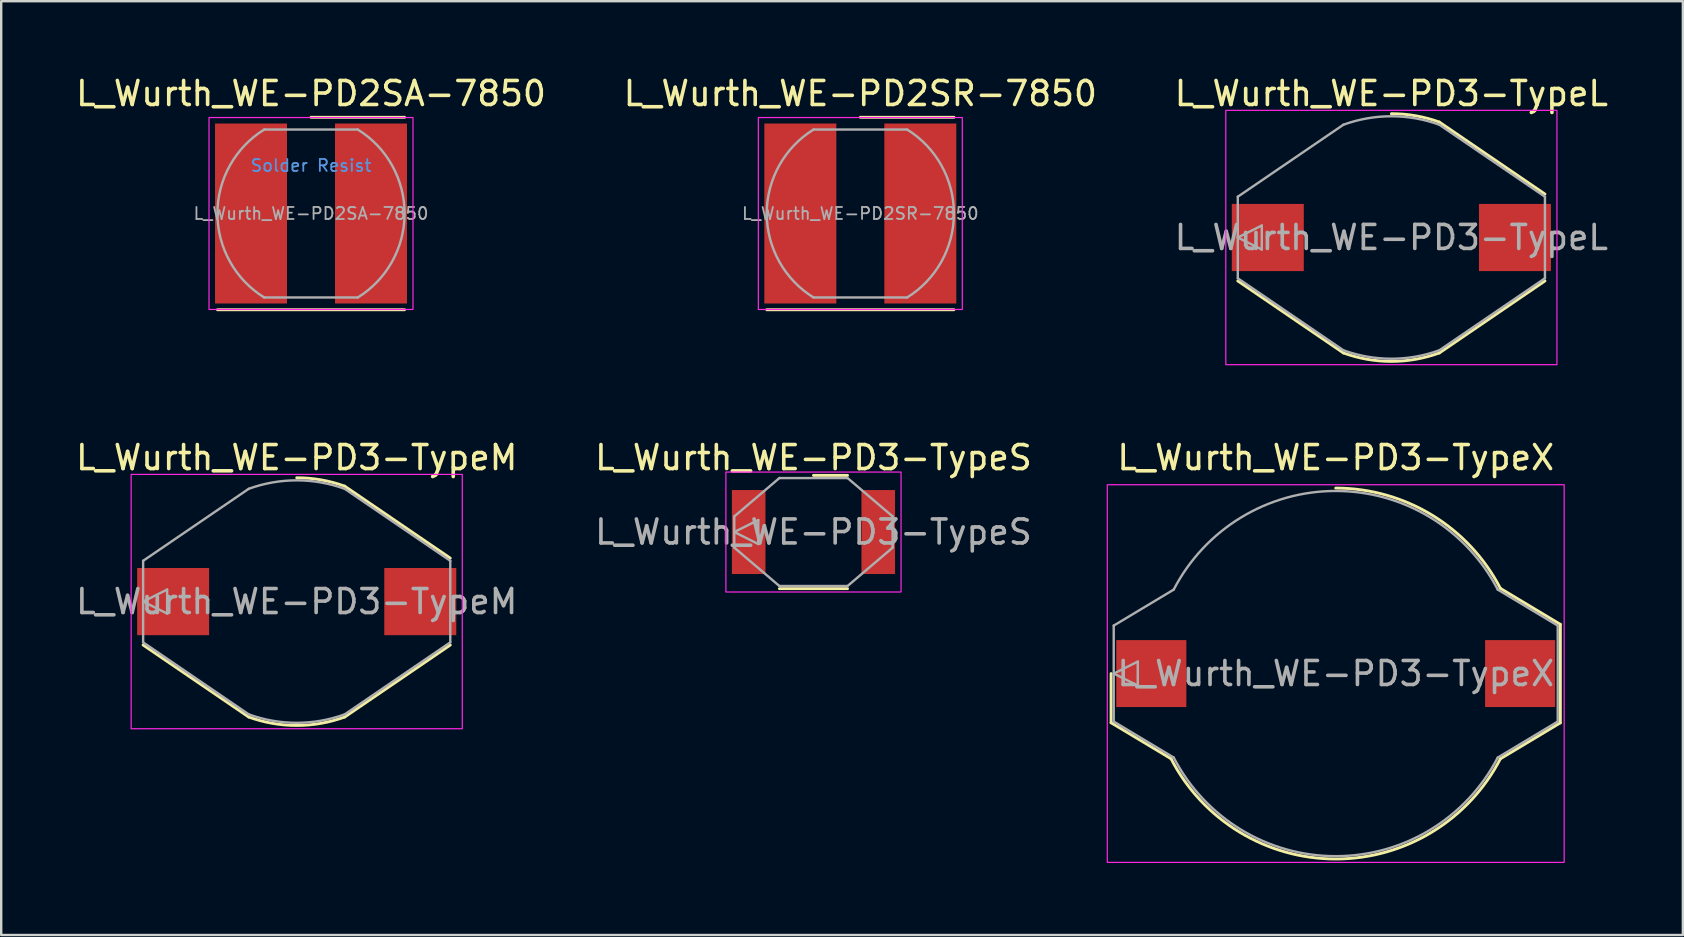
<source format=kicad_pcb>
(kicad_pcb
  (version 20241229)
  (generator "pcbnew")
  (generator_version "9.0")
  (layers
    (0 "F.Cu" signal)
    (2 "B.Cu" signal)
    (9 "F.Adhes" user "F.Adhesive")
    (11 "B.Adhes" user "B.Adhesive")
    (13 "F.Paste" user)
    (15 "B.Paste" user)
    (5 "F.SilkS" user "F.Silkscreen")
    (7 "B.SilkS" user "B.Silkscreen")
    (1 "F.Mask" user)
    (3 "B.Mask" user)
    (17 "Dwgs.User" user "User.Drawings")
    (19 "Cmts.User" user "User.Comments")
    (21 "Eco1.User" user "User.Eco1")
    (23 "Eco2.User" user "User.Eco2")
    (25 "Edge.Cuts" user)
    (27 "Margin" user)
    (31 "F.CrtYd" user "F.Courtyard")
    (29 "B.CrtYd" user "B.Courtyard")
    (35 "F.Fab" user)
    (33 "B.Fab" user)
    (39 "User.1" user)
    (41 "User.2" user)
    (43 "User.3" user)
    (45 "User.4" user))
  (footprint "L_Wurth_WE-PD2SR-7850"
    (layer "F.Cu")
    (at 32.804 5.848)
    (property "Reference" "L_Wurth_WE-PD2SR-7850" (at 0 -5 0) (unlocked yes) (layer "F.SilkS") (effects (font (size 1 1) (thickness 0.15))))
    (attr smd)
    (fp_line (start -3.9 4.01) (end 3.9 4.01) (stroke (width 0.12) (type solid)) (layer "F.SilkS"))
    (fp_line (start 0 -4.01) (end 3.9 -4.01) (stroke (width 0.12) (type solid)) (layer "F.SilkS"))
    (fp_rect (start -4.25 -4) (end 4.25 4) (stroke (width 0.05) (type solid)) (fill no) (layer "F.CrtYd"))
    (fp_line (start -1.95 -3.5) (end 1.95 -3.5) (stroke (width 0.1) (type solid)) (layer "F.Fab"))
    (fp_line (start -1.95 3.5) (end 1.95 3.5) (stroke (width 0.1) (type solid)) (layer "F.Fab"))
    (fp_arc (start -1.95 3.5) (mid -3.9 0) (end -1.95 -3.5) (stroke (width 0.1) (type solid)) (layer "F.Fab"))
    (fp_arc (start 1.95 -3.5) (mid 3.9 0) (end 1.95 3.5) (stroke (width 0.1) (type solid)) (layer "F.Fab"))
    (fp_text user "${REFERENCE}" (at 0 0 0) (unlocked yes) (layer "F.Fab") (effects (font (size 0.5 0.5) (thickness 0.075))))
    (pad "1" smd rect (at -2.5 0) (size 3 7.5) (layers "F.Cu" "F.Mask" "F.Paste"))
    (pad "2" smd rect (at 2.5 0) (size 3 7.5) (layers "F.Cu" "F.Mask" "F.Paste")))
  (footprint "L_Wurth_WE-PD3-TypeS"
    (layer "F.Cu")
    (at 30.851 19.122)
    (property "Reference" "L_Wurth_WE-PD3-TypeS" (at 0 -3.1 0) (unlocked yes) (layer "F.SilkS") (effects (font (size 1 1) (thickness 0.15))))
    (attr smd)
    (fp_line (start -1.42 2.36) (end 1.42 2.36) (stroke (width 0.12) (type solid)) (layer "F.SilkS"))
    (fp_line (start 0 -2.36) (end 1.42 -2.36) (stroke (width 0.12) (type solid)) (layer "F.SilkS"))
    (fp_rect (start -3.65 -2.5) (end 3.65 2.5) (stroke (width 0.05) (type solid)) (fill no) (layer "F.CrtYd"))
    (fp_line (start -3.3 -0.65) (end -3.3 0.65) (stroke (width 0.1) (type solid)) (layer "F.Fab"))
    (fp_line (start -3.3 -0.65) (end -1.42 -2.25) (stroke (width 0.1) (type solid)) (layer "F.Fab"))
    (fp_line (start -3.3 0) (end -2.3 -0.5) (stroke (width 0.1) (type solid)) (layer "F.Fab"))
    (fp_line (start -3.3 0.65) (end -1.42 2.25) (stroke (width 0.1) (type solid)) (layer "F.Fab"))
    (fp_line (start -2.3 0.5) (end -3.3 0) (stroke (width 0.1) (type solid)) (layer "F.Fab"))
    (fp_line (start -2.3 0.5) (end -2.3 -0.5) (stroke (width 0.1) (type solid)) (layer "F.Fab"))
    (fp_line (start -1.42 -2.25) (end 1.42 -2.25) (stroke (width 0.1) (type solid)) (layer "F.Fab"))
    (fp_line (start -1.42 2.25) (end 1.42 2.25) (stroke (width 0.1) (type solid)) (layer "F.Fab"))
    (fp_line (start 1.42 2.25) (end 3.3 0.65) (stroke (width 0.1) (type solid)) (layer "F.Fab"))
    (fp_line (start 3.3 -0.65) (end 1.42 -2.25) (stroke (width 0.1) (type solid)) (layer "F.Fab"))
    (fp_line (start 3.3 0.65) (end 3.3 -0.65) (stroke (width 0.1) (type solid)) (layer "F.Fab"))
    (fp_text user "${REFERENCE}" (at 0 0 0) (unlocked yes) (layer "F.Fab") (effects (font (size 1 1) (thickness 0.15))))
    (pad "1" smd rect (at -2.7 0) (size 1.4 3.5) (layers "F.Cu" "F.Mask" "F.Paste"))
    (pad "2" smd rect (at 2.7 0) (size 1.4 3.5) (layers "F.Cu" "F.Mask" "F.Paste")))
  (footprint "L_Wurth_WE-PD2SA-7850"
    (layer "F.Cu")
    (at 9.911 5.848)
    (property "Reference" "L_Wurth_WE-PD2SA-7850" (at 0 -5 0) (unlocked yes) (layer "F.SilkS") (effects (font (size 1 1) (thickness 0.15))))
    (attr smd)
    (fp_line (start -3.9 4.01) (end 3.9 4.01) (stroke (width 0.12) (type solid)) (layer "F.SilkS"))
    (fp_line (start 0 -4.01) (end 3.9 -4.01) (stroke (width 0.12) (type solid)) (layer "F.SilkS"))
    (fp_rect (start -4.25 -4) (end 4.25 4) (stroke (width 0.05) (type solid)) (fill no) (layer "F.CrtYd"))
    (fp_line (start -1.95 -3.5) (end 1.95 -3.5) (stroke (width 0.1) (type solid)) (layer "F.Fab"))
    (fp_line (start -1.95 3.5) (end 1.95 3.5) (stroke (width 0.1) (type solid)) (layer "F.Fab"))
    (fp_arc (start -1.95 3.5) (mid -3.9 0) (end -1.95 -3.5) (stroke (width 0.1) (type solid)) (layer "F.Fab"))
    (fp_arc (start 1.95 -3.5) (mid 3.9 0) (end 1.95 3.5) (stroke (width 0.1) (type solid)) (layer "F.Fab"))
    (fp_text user "Solder Resist" (at 0 -2 0) (unlocked yes) (layer "Cmts.User") (effects (font (size 0.5 0.5) (thickness 0.075))))
    (fp_text user "${REFERENCE}" (at 0 0 0) (unlocked yes) (layer "F.Fab") (effects (font (size 0.5 0.5) (thickness 0.075))))
    (pad "1" smd rect (at -2.5 0) (size 3 7.5) (layers "F.Cu" "F.Mask" "F.Paste"))
    (pad "2" smd rect (at 2.5 0) (size 3 7.5) (layers "F.Cu" "F.Mask" "F.Paste"))
    (zone (net_name "") (layers "F.Cu" "Dwgs.User") (name "Solder Resist") (hatch full 0.1) (connect_pads) (min_thickness 0.25) (filled_areas_thickness no) (keepout (tracks not_allowed) (vias not_allowed) (pads not_allowed) (copperpour not_allowed) (footprints not_allowed)) (placement (enabled no)) (fill) (polygon (pts (xy 8.911 9.848) (xy 10.911 9.848) (xy 10.911 1.848) (xy 8.911 1.848)))))
  (footprint "L_Wurth_WE-PD3-TypeM"
    (layer "F.Cu")
    (at 9.315 22.021)
    (property "Reference" "L_Wurth_WE-PD3-TypeM" (at 0 -6 0) (unlocked yes) (layer "F.SilkS") (effects (font (size 1 1) (thickness 0.15))))
    (attr smd)
    (fp_line (start -6.4 1.81) (end -2 4.81) (stroke (width 0.12) (type solid)) (layer "F.SilkS"))
    (fp_line (start 2 -4.81) (end 6.4 -1.81) (stroke (width 0.12) (type solid)) (layer "F.SilkS"))
    (fp_line (start 2 4.81) (end 6.4 1.81) (stroke (width 0.12) (type solid)) (layer "F.SilkS"))
    (fp_arc (start 0 -5.16) (mid 1.015311 -5.072489) (end 2 -4.81) (stroke (width 0.12) (type solid)) (layer "F.SilkS"))
    (fp_arc (start 2 4.81) (mid 0 5.162654) (end -2 4.81) (stroke (width 0.12) (type solid)) (layer "F.SilkS"))
    (fp_rect (start -6.9 -5.3) (end 6.9 5.3) (stroke (width 0.05) (type solid)) (fill no) (layer "F.CrtYd"))
    (fp_line (start -6.4 -1.7) (end -6.4 1.7) (stroke (width 0.1) (type solid)) (layer "F.Fab"))
    (fp_line (start -6.4 -1.7) (end -2 -4.7) (stroke (width 0.1) (type solid)) (layer "F.Fab"))
    (fp_line (start -6.4 0) (end -5.4 -0.5) (stroke (width 0.1) (type solid)) (layer "F.Fab"))
    (fp_line (start -5.4 -0.5) (end -5.4 0.5) (stroke (width 0.1) (type solid)) (layer "F.Fab"))
    (fp_line (start -5.4 0.5) (end -6.4 0) (stroke (width 0.1) (type solid)) (layer "F.Fab"))
    (fp_line (start -2 4.7) (end -6.4 1.7) (stroke (width 0.1) (type solid)) (layer "F.Fab"))
    (fp_line (start 2 4.7) (end 6.4 1.7) (stroke (width 0.1) (type solid)) (layer "F.Fab"))
    (fp_line (start 6.4 -1.7) (end 2 -4.7) (stroke (width 0.1) (type solid)) (layer "F.Fab"))
    (fp_line (start 6.4 1.7) (end 6.4 -1.7) (stroke (width 0.1) (type solid)) (layer "F.Fab"))
    (fp_arc (start -2 -4.7) (mid 0 -5.052654) (end 2 -4.7) (stroke (width 0.1) (type solid)) (layer "F.Fab"))
    (fp_arc (start 2 4.7) (mid 0 5.052654) (end -2 4.7) (stroke (width 0.1) (type solid)) (layer "F.Fab"))
    (fp_text user "${REFERENCE}" (at 0 0 0) (unlocked yes) (layer "F.Fab") (effects (font (size 1 1) (thickness 0.15))))
    (pad "1" smd rect (at -5.15 0) (size 3 2.8) (layers "F.Cu" "F.Mask" "F.Paste"))
    (pad "2" smd rect (at 5.15 0) (size 3 2.8) (layers "F.Cu" "F.Mask" "F.Paste")))
  (footprint "L_Wurth_WE-PD3-TypeX"
    (layer "F.Cu")
    (at 52.616 25.021)
    (property "Reference" "L_Wurth_WE-PD3-TypeX" (at 0 -9 0) (unlocked yes) (layer "F.SilkS") (effects (font (size 1 1) (thickness 0.15))))
    (attr smd)
    (fp_line (start -9.362 2.05) (end -9.362 0) (stroke (width 0.12) (type default)) (layer "F.SilkS"))
    (fp_line (start -6.862 3.55) (end -9.362 2.05) (stroke (width 0.12) (type solid)) (layer "F.SilkS"))
    (fp_line (start 6.862 -3.55) (end 9.362 -2.05) (stroke (width 0.12) (type solid)) (layer "F.SilkS"))
    (fp_line (start 6.862 3.55) (end 9.362 2.05) (stroke (width 0.12) (type solid)) (layer "F.SilkS"))
    (fp_line (start 9.362 -2.05) (end 9.362 2.05) (stroke (width 0.12) (type default)) (layer "F.SilkS"))
    (fp_arc (start 0 -7.73) (mid 4.017095 -6.602149) (end 6.862 -3.55) (stroke (width 0.12) (type solid)) (layer "F.SilkS"))
    (fp_arc (start 6.862 3.55) (mid 0 7.727208) (end -6.862 3.55) (stroke (width 0.12) (type solid)) (layer "F.SilkS"))
    (fp_rect (start -9.52 -7.87) (end 9.52 7.87) (stroke (width 0.05) (type solid)) (fill no) (layer "F.CrtYd"))
    (fp_line (start -9.252 -2) (end -9.252 2) (stroke (width 0.1) (type solid)) (layer "F.Fab"))
    (fp_line (start -9.252 -2) (end -6.752 -3.5) (stroke (width 0.1) (type solid)) (layer "F.Fab"))
    (fp_line (start -9.25 0) (end -8.25 -0.5) (stroke (width 0.1) (type solid)) (layer "F.Fab"))
    (fp_line (start -8.25 -0.5) (end -8.25 0.5) (stroke (width 0.1) (type solid)) (layer "F.Fab"))
    (fp_line (start -8.25 0.5) (end -9.25 0) (stroke (width 0.1) (type solid)) (layer "F.Fab"))
    (fp_line (start -6.752 3.5) (end -9.252 2) (stroke (width 0.1) (type solid)) (layer "F.Fab"))
    (fp_line (start 6.752 -3.5) (end 9.252 -2) (stroke (width 0.1) (type solid)) (layer "F.Fab"))
    (fp_line (start 9.252 2) (end 6.752 3.5) (stroke (width 0.1) (type solid)) (layer "F.Fab"))
    (fp_line (start 9.252 2) (end 9.252 -2) (stroke (width 0.1) (type solid)) (layer "F.Fab"))
    (fp_arc (start -6.752 -3.5) (mid 0 -7.610246) (end 6.752 -3.5) (stroke (width 0.1) (type solid)) (layer "F.Fab"))
    (fp_arc (start 6.752 3.5) (mid 0 7.610246) (end -6.752 3.5) (stroke (width 0.1) (type solid)) (layer "F.Fab"))
    (fp_text user "${REFERENCE}" (at 0 0 0) (unlocked yes) (layer "F.Fab") (effects (font (size 1 1) (thickness 0.15))))
    (pad "1" smd rect (at -7.685 0) (size 2.92 2.79) (layers "F.Cu" "F.Mask" "F.Paste"))
    (pad "2" smd rect (at 7.685 0) (size 2.92 2.79) (layers "F.Cu" "F.Mask" "F.Paste")))
  (footprint "L_Wurth_WE-PD3-TypeL"
    (layer "F.Cu")
    (at 54.935 6.848)
    (property "Reference" "L_Wurth_WE-PD3-TypeL" (at 0 -6 0) (unlocked yes) (layer "F.SilkS") (effects (font (size 1 1) (thickness 0.15))))
    (attr smd)
    (fp_line (start -6.4 1.81) (end -2 4.81) (stroke (width 0.12) (type solid)) (layer "F.SilkS"))
    (fp_line (start 2 -4.81) (end 6.4 -1.81) (stroke (width 0.12) (type solid)) (layer "F.SilkS"))
    (fp_line (start 2 4.81) (end 6.4 1.81) (stroke (width 0.12) (type solid)) (layer "F.SilkS"))
    (fp_arc (start 0 -5.16) (mid 1.015311 -5.072489) (end 2 -4.81) (stroke (width 0.12) (type solid)) (layer "F.SilkS"))
    (fp_arc (start 2 4.81) (mid 0 5.162654) (end -2 4.81) (stroke (width 0.12) (type solid)) (layer "F.SilkS"))
    (fp_rect (start -6.9 -5.3) (end 6.9 5.3) (stroke (width 0.05) (type solid)) (fill no) (layer "F.CrtYd"))
    (fp_line (start -6.4 -1.7) (end -6.4 1.7) (stroke (width 0.1) (type solid)) (layer "F.Fab"))
    (fp_line (start -6.4 -1.7) (end -2 -4.7) (stroke (width 0.1) (type solid)) (layer "F.Fab"))
    (fp_line (start -6.4 0) (end -5.4 -0.5) (stroke (width 0.1) (type solid)) (layer "F.Fab"))
    (fp_line (start -5.4 -0.5) (end -5.4 0.5) (stroke (width 0.1) (type solid)) (layer "F.Fab"))
    (fp_line (start -5.4 0.5) (end -6.4 0) (stroke (width 0.1) (type solid)) (layer "F.Fab"))
    (fp_line (start -2 4.7) (end -6.4 1.7) (stroke (width 0.1) (type solid)) (layer "F.Fab"))
    (fp_line (start 2 4.7) (end 6.4 1.7) (stroke (width 0.1) (type solid)) (layer "F.Fab"))
    (fp_line (start 6.4 -1.7) (end 2 -4.7) (stroke (width 0.1) (type solid)) (layer "F.Fab"))
    (fp_line (start 6.4 1.7) (end 6.4 -1.7) (stroke (width 0.1) (type solid)) (layer "F.Fab"))
    (fp_arc (start -2 -4.7) (mid 0 -5.052654) (end 2 -4.7) (stroke (width 0.1) (type solid)) (layer "F.Fab"))
    (fp_arc (start 2 4.7) (mid 0 5.052654) (end -2 4.7) (stroke (width 0.1) (type solid)) (layer "F.Fab"))
    (fp_text user "${REFERENCE}" (at 0 0 0) (unlocked yes) (layer "F.Fab") (effects (font (size 1 1) (thickness 0.15))))
    (pad "1" smd rect (at -5.15 0) (size 3 2.8) (layers "F.Cu" "F.Mask" "F.Paste"))
    (pad "2" smd rect (at 5.15 0) (size 3 2.8) (layers "F.Cu" "F.Mask" "F.Paste")))
  (gr_rect
    (start -3 -3)
    (end 67.083 35.916)
    (stroke (width 0.1) (type default))
    (fill no)
    (layer "Edge.Cuts")))
</source>
